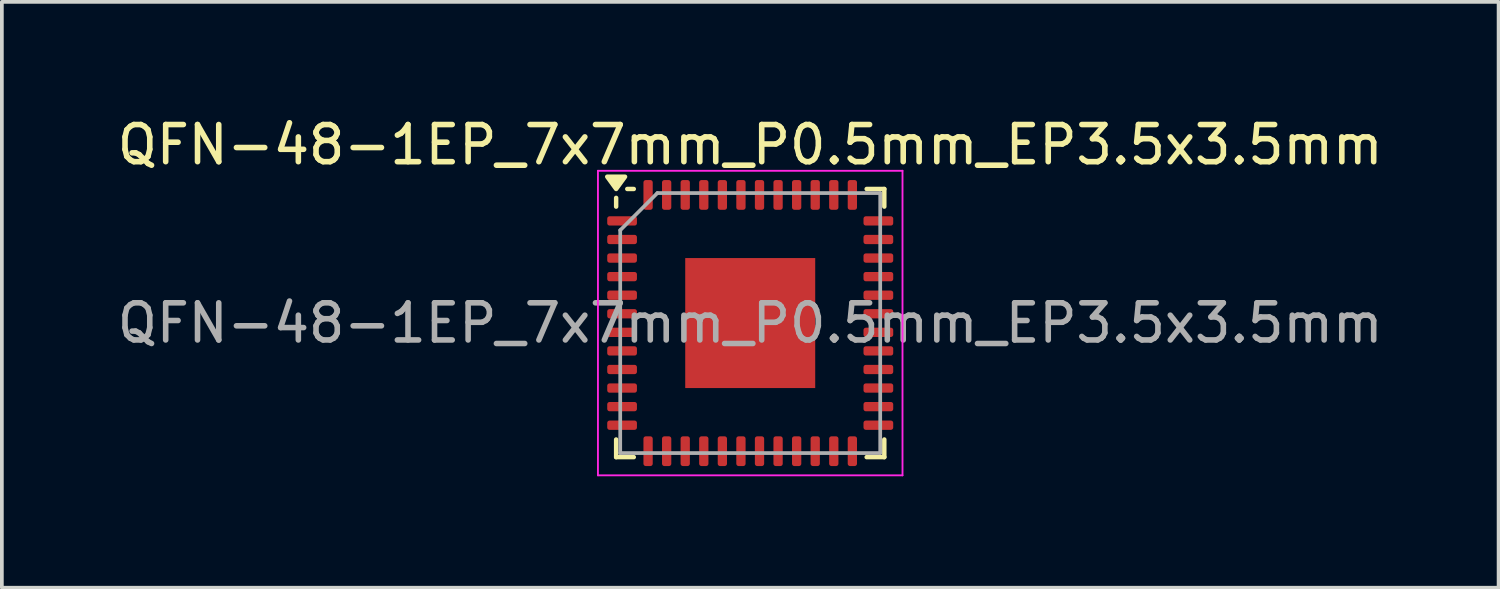
<source format=kicad_pcb>
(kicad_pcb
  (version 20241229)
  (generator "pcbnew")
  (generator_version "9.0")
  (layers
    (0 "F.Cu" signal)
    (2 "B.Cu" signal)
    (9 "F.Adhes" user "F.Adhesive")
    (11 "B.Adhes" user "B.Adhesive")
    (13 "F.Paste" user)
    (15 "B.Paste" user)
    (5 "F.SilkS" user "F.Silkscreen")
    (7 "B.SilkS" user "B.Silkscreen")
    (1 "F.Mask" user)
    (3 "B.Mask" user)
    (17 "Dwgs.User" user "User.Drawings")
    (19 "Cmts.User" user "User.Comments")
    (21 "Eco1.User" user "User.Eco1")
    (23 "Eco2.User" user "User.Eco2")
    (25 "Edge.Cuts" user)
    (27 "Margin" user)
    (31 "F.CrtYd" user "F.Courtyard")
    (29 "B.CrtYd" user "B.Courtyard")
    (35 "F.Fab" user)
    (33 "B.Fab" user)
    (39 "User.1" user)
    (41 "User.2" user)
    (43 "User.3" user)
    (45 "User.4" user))
  (footprint "QFN-48-1EP_7x7mm_P0.5mm_EP3.5x3.5mm"
    (layer "F.Cu")
    (at 17.149 5.648)
    (property "Reference" "QFN-48-1EP_7x7mm_P0.5mm_EP3.5x3.5mm" (at 0 -4.8 0) (layer "F.SilkS") (effects (font (size 1 1) (thickness 0.15))))
    (attr smd)
    (fp_line (start -3.61 -3.135) (end -3.61 -3.37) (stroke (width 0.12) (type solid)) (layer "F.SilkS"))
    (fp_line (start -3.61 3.61) (end -3.61 3.135) (stroke (width 0.12) (type solid)) (layer "F.SilkS"))
    (fp_line (start -3.135 -3.61) (end -3.31 -3.61) (stroke (width 0.12) (type solid)) (layer "F.SilkS"))
    (fp_line (start -3.135 3.61) (end -3.61 3.61) (stroke (width 0.12) (type solid)) (layer "F.SilkS"))
    (fp_line (start 3.135 -3.61) (end 3.61 -3.61) (stroke (width 0.12) (type solid)) (layer "F.SilkS"))
    (fp_line (start 3.135 3.61) (end 3.61 3.61) (stroke (width 0.12) (type solid)) (layer "F.SilkS"))
    (fp_line (start 3.61 -3.61) (end 3.61 -3.135) (stroke (width 0.12) (type solid)) (layer "F.SilkS"))
    (fp_line (start 3.61 3.61) (end 3.61 3.135) (stroke (width 0.12) (type solid)) (layer "F.SilkS"))
    (fp_poly (pts (xy -3.61 -3.61) (xy -3.85 -3.94) (xy -3.37 -3.94) (xy -3.61 -3.61)) (stroke (width 0.12) (type solid)) (fill yes) (layer "F.SilkS"))
    (fp_line (start -4.1 -4.1) (end -4.1 4.1) (stroke (width 0.05) (type solid)) (layer "F.CrtYd"))
    (fp_line (start -4.1 4.1) (end 4.1 4.1) (stroke (width 0.05) (type solid)) (layer "F.CrtYd"))
    (fp_line (start 4.1 -4.1) (end -4.1 -4.1) (stroke (width 0.05) (type solid)) (layer "F.CrtYd"))
    (fp_line (start 4.1 4.1) (end 4.1 -4.1) (stroke (width 0.05) (type solid)) (layer "F.CrtYd"))
    (fp_line (start -3.5 -2.5) (end -2.5 -3.5) (stroke (width 0.1) (type solid)) (layer "F.Fab"))
    (fp_line (start -3.5 3.5) (end -3.5 -2.5) (stroke (width 0.1) (type solid)) (layer "F.Fab"))
    (fp_line (start -2.5 -3.5) (end 3.5 -3.5) (stroke (width 0.1) (type solid)) (layer "F.Fab"))
    (fp_line (start 3.5 -3.5) (end 3.5 3.5) (stroke (width 0.1) (type solid)) (layer "F.Fab"))
    (fp_line (start 3.5 3.5) (end -3.5 3.5) (stroke (width 0.1) (type solid)) (layer "F.Fab"))
    (fp_text user "${REFERENCE}" (at 0 0 0) (layer "F.Fab") (effects (font (size 1 1) (thickness 0.15))))
    (pad "" smd roundrect (at -1.17 -1.17) (size 0.94 0.94) (layers "F.Paste") (roundrect_rratio 0.25))
    (pad "" smd roundrect (at -1.17 0) (size 0.94 0.94) (layers "F.Paste") (roundrect_rratio 0.25))
    (pad "" smd roundrect (at -1.17 1.17) (size 0.94 0.94) (layers "F.Paste") (roundrect_rratio 0.25))
    (pad "" smd roundrect (at 0 -1.17) (size 0.94 0.94) (layers "F.Paste") (roundrect_rratio 0.25))
    (pad "" smd roundrect (at 0 0) (size 0.94 0.94) (layers "F.Paste") (roundrect_rratio 0.25))
    (pad "" smd roundrect (at 0 1.17) (size 0.94 0.94) (layers "F.Paste") (roundrect_rratio 0.25))
    (pad "" smd roundrect (at 1.17 -1.17) (size 0.94 0.94) (layers "F.Paste") (roundrect_rratio 0.25))
    (pad "" smd roundrect (at 1.17 0) (size 0.94 0.94) (layers "F.Paste") (roundrect_rratio 0.25))
    (pad "" smd roundrect (at 1.17 1.17) (size 0.94 0.94) (layers "F.Paste") (roundrect_rratio 0.25))
    (pad "1" smd roundrect (at -3.45 -2.75) (size 0.8 0.25) (layers "F.Cu" "F.Mask" "F.Paste") (roundrect_rratio 0.25))
    (pad "2" smd roundrect (at -3.45 -2.25) (size 0.8 0.25) (layers "F.Cu" "F.Mask" "F.Paste") (roundrect_rratio 0.25))
    (pad "3" smd roundrect (at -3.45 -1.75) (size 0.8 0.25) (layers "F.Cu" "F.Mask" "F.Paste") (roundrect_rratio 0.25))
    (pad "4" smd roundrect (at -3.45 -1.25) (size 0.8 0.25) (layers "F.Cu" "F.Mask" "F.Paste") (roundrect_rratio 0.25))
    (pad "5" smd roundrect (at -3.45 -0.75) (size 0.8 0.25) (layers "F.Cu" "F.Mask" "F.Paste") (roundrect_rratio 0.25))
    (pad "6" smd roundrect (at -3.45 -0.25) (size 0.8 0.25) (layers "F.Cu" "F.Mask" "F.Paste") (roundrect_rratio 0.25))
    (pad "7" smd roundrect (at -3.45 0.25) (size 0.8 0.25) (layers "F.Cu" "F.Mask" "F.Paste") (roundrect_rratio 0.25))
    (pad "8" smd roundrect (at -3.45 0.75) (size 0.8 0.25) (layers "F.Cu" "F.Mask" "F.Paste") (roundrect_rratio 0.25))
    (pad "9" smd roundrect (at -3.45 1.25) (size 0.8 0.25) (layers "F.Cu" "F.Mask" "F.Paste") (roundrect_rratio 0.25))
    (pad "10" smd roundrect (at -3.45 1.75) (size 0.8 0.25) (layers "F.Cu" "F.Mask" "F.Paste") (roundrect_rratio 0.25))
    (pad "11" smd roundrect (at -3.45 2.25) (size 0.8 0.25) (layers "F.Cu" "F.Mask" "F.Paste") (roundrect_rratio 0.25))
    (pad "12" smd roundrect (at -3.45 2.75) (size 0.8 0.25) (layers "F.Cu" "F.Mask" "F.Paste") (roundrect_rratio 0.25))
    (pad "13" smd roundrect (at -2.75 3.45) (size 0.25 0.8) (layers "F.Cu" "F.Mask" "F.Paste") (roundrect_rratio 0.25))
    (pad "14" smd roundrect (at -2.25 3.45) (size 0.25 0.8) (layers "F.Cu" "F.Mask" "F.Paste") (roundrect_rratio 0.25))
    (pad "15" smd roundrect (at -1.75 3.45) (size 0.25 0.8) (layers "F.Cu" "F.Mask" "F.Paste") (roundrect_rratio 0.25))
    (pad "16" smd roundrect (at -1.25 3.45) (size 0.25 0.8) (layers "F.Cu" "F.Mask" "F.Paste") (roundrect_rratio 0.25))
    (pad "17" smd roundrect (at -0.75 3.45) (size 0.25 0.8) (layers "F.Cu" "F.Mask" "F.Paste") (roundrect_rratio 0.25))
    (pad "18" smd roundrect (at -0.25 3.45) (size 0.25 0.8) (layers "F.Cu" "F.Mask" "F.Paste") (roundrect_rratio 0.25))
    (pad "19" smd roundrect (at 0.25 3.45) (size 0.25 0.8) (layers "F.Cu" "F.Mask" "F.Paste") (roundrect_rratio 0.25))
    (pad "20" smd roundrect (at 0.75 3.45) (size 0.25 0.8) (layers "F.Cu" "F.Mask" "F.Paste") (roundrect_rratio 0.25))
    (pad "21" smd roundrect (at 1.25 3.45) (size 0.25 0.8) (layers "F.Cu" "F.Mask" "F.Paste") (roundrect_rratio 0.25))
    (pad "22" smd roundrect (at 1.75 3.45) (size 0.25 0.8) (layers "F.Cu" "F.Mask" "F.Paste") (roundrect_rratio 0.25))
    (pad "23" smd roundrect (at 2.25 3.45) (size 0.25 0.8) (layers "F.Cu" "F.Mask" "F.Paste") (roundrect_rratio 0.25))
    (pad "24" smd roundrect (at 2.75 3.45) (size 0.25 0.8) (layers "F.Cu" "F.Mask" "F.Paste") (roundrect_rratio 0.25))
    (pad "25" smd roundrect (at 3.45 2.75) (size 0.8 0.25) (layers "F.Cu" "F.Mask" "F.Paste") (roundrect_rratio 0.25))
    (pad "26" smd roundrect (at 3.45 2.25) (size 0.8 0.25) (layers "F.Cu" "F.Mask" "F.Paste") (roundrect_rratio 0.25))
    (pad "27" smd roundrect (at 3.45 1.75) (size 0.8 0.25) (layers "F.Cu" "F.Mask" "F.Paste") (roundrect_rratio 0.25))
    (pad "28" smd roundrect (at 3.45 1.25) (size 0.8 0.25) (layers "F.Cu" "F.Mask" "F.Paste") (roundrect_rratio 0.25))
    (pad "29" smd roundrect (at 3.45 0.75) (size 0.8 0.25) (layers "F.Cu" "F.Mask" "F.Paste") (roundrect_rratio 0.25))
    (pad "30" smd roundrect (at 3.45 0.25) (size 0.8 0.25) (layers "F.Cu" "F.Mask" "F.Paste") (roundrect_rratio 0.25))
    (pad "31" smd roundrect (at 3.45 -0.25) (size 0.8 0.25) (layers "F.Cu" "F.Mask" "F.Paste") (roundrect_rratio 0.25))
    (pad "32" smd roundrect (at 3.45 -0.75) (size 0.8 0.25) (layers "F.Cu" "F.Mask" "F.Paste") (roundrect_rratio 0.25))
    (pad "33" smd roundrect (at 3.45 -1.25) (size 0.8 0.25) (layers "F.Cu" "F.Mask" "F.Paste") (roundrect_rratio 0.25))
    (pad "34" smd roundrect (at 3.45 -1.75) (size 0.8 0.25) (layers "F.Cu" "F.Mask" "F.Paste") (roundrect_rratio 0.25))
    (pad "35" smd roundrect (at 3.45 -2.25) (size 0.8 0.25) (layers "F.Cu" "F.Mask" "F.Paste") (roundrect_rratio 0.25))
    (pad "36" smd roundrect (at 3.45 -2.75) (size 0.8 0.25) (layers "F.Cu" "F.Mask" "F.Paste") (roundrect_rratio 0.25))
    (pad "37" smd roundrect (at 2.75 -3.45) (size 0.25 0.8) (layers "F.Cu" "F.Mask" "F.Paste") (roundrect_rratio 0.25))
    (pad "38" smd roundrect (at 2.25 -3.45) (size 0.25 0.8) (layers "F.Cu" "F.Mask" "F.Paste") (roundrect_rratio 0.25))
    (pad "39" smd roundrect (at 1.75 -3.45) (size 0.25 0.8) (layers "F.Cu" "F.Mask" "F.Paste") (roundrect_rratio 0.25))
    (pad "40" smd roundrect (at 1.25 -3.45) (size 0.25 0.8) (layers "F.Cu" "F.Mask" "F.Paste") (roundrect_rratio 0.25))
    (pad "41" smd roundrect (at 0.75 -3.45) (size 0.25 0.8) (layers "F.Cu" "F.Mask" "F.Paste") (roundrect_rratio 0.25))
    (pad "42" smd roundrect (at 0.25 -3.45) (size 0.25 0.8) (layers "F.Cu" "F.Mask" "F.Paste") (roundrect_rratio 0.25))
    (pad "43" smd roundrect (at -0.25 -3.45) (size 0.25 0.8) (layers "F.Cu" "F.Mask" "F.Paste") (roundrect_rratio 0.25))
    (pad "44" smd roundrect (at -0.75 -3.45) (size 0.25 0.8) (layers "F.Cu" "F.Mask" "F.Paste") (roundrect_rratio 0.25))
    (pad "45" smd roundrect (at -1.25 -3.45) (size 0.25 0.8) (layers "F.Cu" "F.Mask" "F.Paste") (roundrect_rratio 0.25))
    (pad "46" smd roundrect (at -1.75 -3.45) (size 0.25 0.8) (layers "F.Cu" "F.Mask" "F.Paste") (roundrect_rratio 0.25))
    (pad "47" smd roundrect (at -2.25 -3.45) (size 0.25 0.8) (layers "F.Cu" "F.Mask" "F.Paste") (roundrect_rratio 0.25))
    (pad "48" smd roundrect (at -2.75 -3.45) (size 0.25 0.8) (layers "F.Cu" "F.Mask" "F.Paste") (roundrect_rratio 0.25))
    (pad "49" smd rect (at 0 0) (size 3.5 3.5) (property pad_prop_heatsink) (layers "F.Cu" "F.Mask")))
  (gr_rect
    (start -3 -3)
    (end 37.298 12.773)
    (stroke (width 0.1) (type default))
    (fill no)
    (layer "Edge.Cuts")))
</source>
